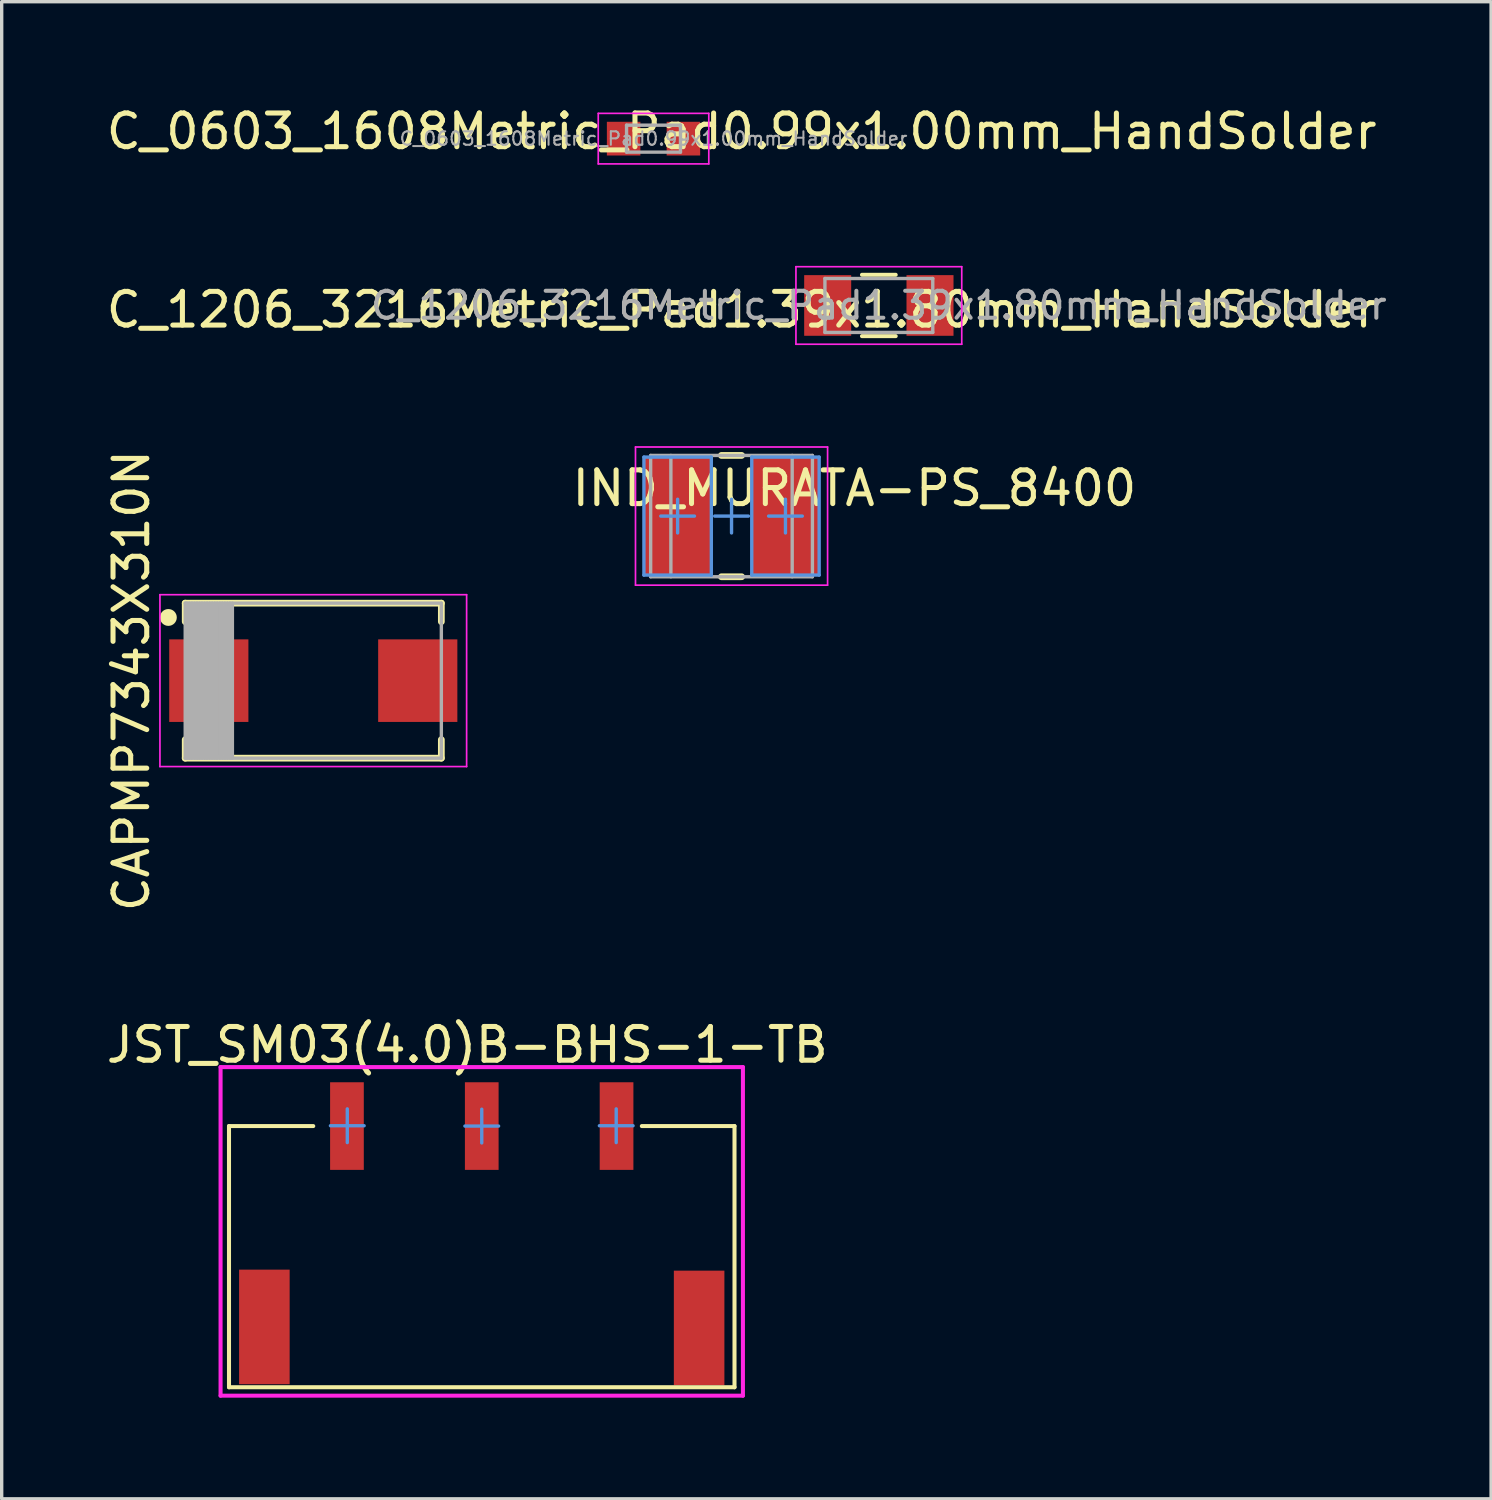
<source format=kicad_pcb>
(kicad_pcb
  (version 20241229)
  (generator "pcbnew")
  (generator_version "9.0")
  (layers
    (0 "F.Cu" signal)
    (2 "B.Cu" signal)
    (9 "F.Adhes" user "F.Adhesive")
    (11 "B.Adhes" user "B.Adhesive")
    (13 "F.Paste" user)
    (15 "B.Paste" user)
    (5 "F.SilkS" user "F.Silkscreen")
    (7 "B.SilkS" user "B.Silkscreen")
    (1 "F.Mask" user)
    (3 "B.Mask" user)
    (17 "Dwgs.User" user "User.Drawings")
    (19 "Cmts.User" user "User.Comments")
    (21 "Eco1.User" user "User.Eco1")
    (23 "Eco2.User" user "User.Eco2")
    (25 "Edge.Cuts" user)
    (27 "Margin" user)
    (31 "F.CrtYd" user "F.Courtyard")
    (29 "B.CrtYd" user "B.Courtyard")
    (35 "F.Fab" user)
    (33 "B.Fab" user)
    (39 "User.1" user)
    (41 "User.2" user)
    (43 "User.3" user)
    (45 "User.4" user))
  (footprint "C_0603_1608Metric_Pad0.99x1.00mm_HandSolder"
    (layer "F.Cu")
    (at 16.342 1.064)
    (property "Reference" "C_0603_1608Metric_Pad0.99x1.00mm_HandSolder" (at 2.616 -0.216 0) (layer "F.SilkS") (effects (font (size 1 1) (thickness 0.15))))
    (attr smd)
    (fp_line (start -1.64 -0.75) (end 1.64 -0.75) (stroke (width 0.05) (type solid)) (layer "F.CrtYd"))
    (fp_line (start -1.64 0.75) (end -1.64 -0.75) (stroke (width 0.05) (type solid)) (layer "F.CrtYd"))
    (fp_line (start 1.64 -0.75) (end 1.64 0.75) (stroke (width 0.05) (type solid)) (layer "F.CrtYd"))
    (fp_line (start 1.64 0.75) (end -1.64 0.75) (stroke (width 0.05) (type solid)) (layer "F.CrtYd"))
    (fp_line (start -0.8 -0.4) (end 0.8 -0.4) (stroke (width 0.1) (type solid)) (layer "F.Fab"))
    (fp_line (start -0.8 0.4) (end -0.8 -0.4) (stroke (width 0.1) (type solid)) (layer "F.Fab"))
    (fp_line (start 0.8 -0.4) (end 0.8 0.4) (stroke (width 0.1) (type solid)) (layer "F.Fab"))
    (fp_line (start 0.8 0.4) (end -0.8 0.4) (stroke (width 0.1) (type solid)) (layer "F.Fab"))
    (fp_text user "${REFERENCE}" (at 0 0 0) (layer "F.Fab") (effects (font (size 0.4 0.4) (thickness 0.06))))
    (pad "1" smd rect (at -0.887 0) (size 0.995 1) (layers "F.Cu" "F.Mask" "F.Paste"))
    (pad "2" smd rect (at 0.887 0) (size 0.995 1) (layers "F.Cu" "F.Mask" "F.Paste")))
  (footprint "CAPMP7343X310N"
    (layer "F.Cu")
    (at 6.246 17.147)
    (property "Reference" "CAPMP7343X310N" (at -5.397 0 90) (layer "F.SilkS") (effects (font (size 1 1) (thickness 0.15))))
    (attr smd)
    (fp_line (start -3.8 -2.3) (end 3.8 -2.3) (stroke (width 0.2) (type solid)) (layer "F.SilkS"))
    (fp_line (start -3.8 -1.75) (end -3.8 -2.3) (stroke (width 0.2) (type solid)) (layer "F.SilkS"))
    (fp_line (start -3.8 2.3) (end -3.8 1.75) (stroke (width 0.2) (type solid)) (layer "F.SilkS"))
    (fp_line (start -3.8 2.3) (end 3.8 2.3) (stroke (width 0.2) (type solid)) (layer "F.SilkS"))
    (fp_line (start 3.8 -1.75) (end 3.8 -2.3) (stroke (width 0.2) (type solid)) (layer "F.SilkS"))
    (fp_line (start 3.8 2.3) (end 3.8 1.75) (stroke (width 0.2) (type solid)) (layer "F.SilkS"))
    (fp_circle (center -4.3 -1.875) (end -4.175 -1.875) (stroke (width 0.25) (type solid)) (fill no) (layer "F.SilkS"))
    (fp_line (start -4.55 -2.55) (end 4.55 -2.55) (stroke (width 0.05) (type solid)) (layer "F.CrtYd"))
    (fp_line (start -4.55 2.55) (end -4.55 -2.55) (stroke (width 0.05) (type solid)) (layer "F.CrtYd"))
    (fp_line (start -4.55 2.55) (end 4.55 2.55) (stroke (width 0.05) (type solid)) (layer "F.CrtYd"))
    (fp_line (start 4.55 2.55) (end 4.55 -2.55) (stroke (width 0.05) (type solid)) (layer "F.CrtYd"))
    (fp_line (start -3.8 -2.3) (end 3.8 -2.3) (stroke (width 0.1) (type solid)) (layer "F.Fab"))
    (fp_line (start -3.8 2.3) (end -3.8 -2.3) (stroke (width 0.1) (type solid)) (layer "F.Fab"))
    (fp_line (start -3.8 2.3) (end 3.8 2.3) (stroke (width 0.1) (type solid)) (layer "F.Fab"))
    (fp_line (start -3.75 2.3) (end -3.75 -2.3) (stroke (width 0.1) (type solid)) (layer "F.Fab"))
    (fp_line (start -3.675 2.3) (end -3.675 -2.3) (stroke (width 0.1) (type solid)) (layer "F.Fab"))
    (fp_line (start -3.6 2.3) (end -3.6 -2.3) (stroke (width 0.1) (type solid)) (layer "F.Fab"))
    (fp_line (start -3.525 2.3) (end -3.525 -2.3) (stroke (width 0.1) (type solid)) (layer "F.Fab"))
    (fp_line (start -3.45 2.3) (end -3.45 -2.3) (stroke (width 0.1) (type solid)) (layer "F.Fab"))
    (fp_line (start -3.375 2.3) (end -3.375 -2.3) (stroke (width 0.1) (type solid)) (layer "F.Fab"))
    (fp_line (start -3.3 2.3) (end -3.3 -2.3) (stroke (width 0.1) (type solid)) (layer "F.Fab"))
    (fp_line (start -3.225 2.3) (end -3.225 -2.3) (stroke (width 0.1) (type solid)) (layer "F.Fab"))
    (fp_line (start -3.15 2.3) (end -3.15 -2.3) (stroke (width 0.1) (type solid)) (layer "F.Fab"))
    (fp_line (start -3.075 2.3) (end -3.075 -2.3) (stroke (width 0.1) (type solid)) (layer "F.Fab"))
    (fp_line (start -3 2.3) (end -3 -2.3) (stroke (width 0.1) (type solid)) (layer "F.Fab"))
    (fp_line (start -2.925 2.3) (end -2.925 -2.3) (stroke (width 0.1) (type solid)) (layer "F.Fab"))
    (fp_line (start -2.85 2.3) (end -2.85 -2.3) (stroke (width 0.1) (type solid)) (layer "F.Fab"))
    (fp_line (start -2.775 2.3) (end -2.775 -2.3) (stroke (width 0.1) (type solid)) (layer "F.Fab"))
    (fp_line (start -2.7 2.3) (end -2.7 -2.3) (stroke (width 0.1) (type solid)) (layer "F.Fab"))
    (fp_line (start -2.625 2.3) (end -2.625 -2.3) (stroke (width 0.1) (type solid)) (layer "F.Fab"))
    (fp_line (start -2.55 2.3) (end -2.55 -2.3) (stroke (width 0.1) (type solid)) (layer "F.Fab"))
    (fp_line (start -2.475 2.3) (end -2.475 -2.3) (stroke (width 0.1) (type solid)) (layer "F.Fab"))
    (fp_line (start -2.4 2.3) (end -2.4 -2.3) (stroke (width 0.1) (type solid)) (layer "F.Fab"))
    (fp_line (start 3.8 2.3) (end 3.8 -2.3) (stroke (width 0.1) (type solid)) (layer "F.Fab"))
    (pad "1" smd rect (at -3.1 0) (size 2.35 2.45) (layers "F.Cu" "F.Mask" "F.Paste"))
    (pad "2" smd rect (at 3.1 0) (size 2.35 2.45) (layers "F.Cu" "F.Mask" "F.Paste")))
  (footprint "C_1206_3216Metric_Pad1.39x1.80mm_HandSolder"
    (layer "F.Cu")
    (at 23.028 6.014)
    (property "Reference" "C_1206_3216Metric_Pad1.39x1.80mm_HandSolder" (at -4.07 0.127 180) (layer "F.SilkS") (effects (font (size 1 1) (thickness 0.15))))
    (attr smd)
    (fp_line (start -0.5 -0.91) (end 0.5 -0.91) (stroke (width 0.12) (type solid)) (layer "F.SilkS"))
    (fp_line (start -0.5 0.91) (end 0.5 0.91) (stroke (width 0.12) (type solid)) (layer "F.SilkS"))
    (fp_line (start -2.46 -1.15) (end 2.46 -1.15) (stroke (width 0.05) (type solid)) (layer "F.CrtYd"))
    (fp_line (start -2.46 1.15) (end -2.46 -1.15) (stroke (width 0.05) (type solid)) (layer "F.CrtYd"))
    (fp_line (start 2.46 -1.15) (end 2.46 1.15) (stroke (width 0.05) (type solid)) (layer "F.CrtYd"))
    (fp_line (start 2.46 1.15) (end -2.46 1.15) (stroke (width 0.05) (type solid)) (layer "F.CrtYd"))
    (fp_line (start -1.6 -0.8) (end 1.6 -0.8) (stroke (width 0.1) (type solid)) (layer "F.Fab"))
    (fp_line (start -1.6 0.8) (end -1.6 -0.8) (stroke (width 0.1) (type solid)) (layer "F.Fab"))
    (fp_line (start 1.6 -0.8) (end 1.6 0.8) (stroke (width 0.1) (type solid)) (layer "F.Fab"))
    (fp_line (start 1.6 0.8) (end -1.6 0.8) (stroke (width 0.1) (type solid)) (layer "F.Fab"))
    (fp_text user "${REFERENCE}" (at 0 0 180) (layer "F.Fab") (effects (font (size 0.8 0.8) (thickness 0.12))))
    (pad "1" smd rect (at -1.518 0) (size 1.395 1.8) (layers "F.Cu" "F.Mask" "F.Paste"))
    (pad "2" smd rect (at 1.518 0) (size 1.395 1.8) (layers "F.Cu" "F.Mask" "F.Paste")))
  (footprint "JST_SM03(4.0)B-BHS-1-TB"
    (layer "F.Cu")
    (at 11.245 30.364)
    (property "Reference" "JST_SM03(4.0)B-BHS-1-TB" (at -0.43 -2.41 0) (layer "F.SilkS") (effects (font (size 1 1) (thickness 0.15))))
    (attr through_hole)
    (fp_line (start -7.5 0) (end -7.5 7.75) (stroke (width 0.12) (type solid)) (layer "F.SilkS"))
    (fp_line (start -7.5 7.75) (end 7.5 7.75) (stroke (width 0.12) (type solid)) (layer "F.SilkS"))
    (fp_line (start -5 0) (end -7.5 0) (stroke (width 0.12) (type solid)) (layer "F.SilkS"))
    (fp_line (start 7.5 0) (end 4.75 0) (stroke (width 0.12) (type solid)) (layer "F.SilkS"))
    (fp_line (start 7.5 7.75) (end 7.5 0) (stroke (width 0.12) (type solid)) (layer "F.SilkS"))
    (fp_line (start -4.49 -0.01) (end -3.99 -0.01) (stroke (width 0.1) (type solid)) (layer "Cmts.User"))
    (fp_line (start -3.99 -0.01) (end -3.99 -0.51) (stroke (width 0.1) (type solid)) (layer "Cmts.User"))
    (fp_line (start -3.99 -0.01) (end -3.49 -0.01) (stroke (width 0.1) (type solid)) (layer "Cmts.User"))
    (fp_line (start -3.99 0.49) (end -3.99 -0.01) (stroke (width 0.1) (type solid)) (layer "Cmts.User"))
    (fp_line (start -0.5 0) (end 0 0) (stroke (width 0.1) (type solid)) (layer "Cmts.User"))
    (fp_line (start 0 0) (end 0 -0.5) (stroke (width 0.1) (type solid)) (layer "Cmts.User"))
    (fp_line (start 0 0) (end 0.5 0) (stroke (width 0.1) (type solid)) (layer "Cmts.User"))
    (fp_line (start 0 0.5) (end 0 0) (stroke (width 0.1) (type solid)) (layer "Cmts.User"))
    (fp_line (start 3.49 -0.01) (end 3.99 -0.01) (stroke (width 0.1) (type solid)) (layer "Cmts.User"))
    (fp_line (start 3.99 -0.01) (end 3.99 -0.51) (stroke (width 0.1) (type solid)) (layer "Cmts.User"))
    (fp_line (start 3.99 -0.01) (end 4.49 -0.01) (stroke (width 0.1) (type solid)) (layer "Cmts.User"))
    (fp_line (start 3.99 0.49) (end 3.99 -0.01) (stroke (width 0.1) (type solid)) (layer "Cmts.User"))
    (fp_line (start -7.75 -1.75) (end -7.75 8) (stroke (width 0.12) (type solid)) (layer "F.CrtYd"))
    (fp_line (start -7.75 8) (end 7.75 8) (stroke (width 0.12) (type solid)) (layer "F.CrtYd"))
    (fp_line (start 7.75 -1.75) (end -7.75 -1.75) (stroke (width 0.12) (type solid)) (layer "F.CrtYd"))
    (fp_line (start 7.75 8) (end 7.75 -1.75) (stroke (width 0.12) (type solid)) (layer "F.CrtYd"))
    (pad "1" smd rect (at -4 0) (size 1 2.6) (layers "F.Cu" "F.Mask" "F.Paste"))
    (pad "2" smd rect (at 0 0) (size 1 2.6) (layers "F.Cu" "F.Mask" "F.Paste"))
    (pad "3" smd rect (at 4 0) (size 1 2.6) (layers "F.Cu" "F.Mask" "F.Paste"))
    (pad "4" smd rect (at -6.45 5.96) (size 1.5 3.4) (layers "F.Cu" "F.Mask" "F.Paste"))
    (pad "5" smd rect (at 6.45 5.99) (size 1.5 3.4) (layers "F.Cu" "F.Mask" "F.Paste")))
  (footprint "IND_MURATA-PS_8400"
    (layer "F.Cu")
    (at 18.657 12.264)
    (property "Reference" "IND_MURATA-PS_8400" (at 3.646 -0.826 180) (layer "F.SilkS") (effects (font (size 1 1) (thickness 0.15))))
    (attr smd)
    (fp_line (start -0.3 -1.8) (end 0.3 -1.8) (stroke (width 0.2) (type solid)) (layer "F.SilkS"))
    (fp_line (start -0.3 1.8) (end 0.3 1.8) (stroke (width 0.2) (type solid)) (layer "F.SilkS"))
    (fp_line (start -2.6 -1.75) (end -0.6 -1.75) (stroke (width 0.1) (type solid)) (layer "Cmts.User"))
    (fp_line (start -2.6 1.75) (end -2.6 -1.75) (stroke (width 0.1) (type solid)) (layer "Cmts.User"))
    (fp_line (start -2.6 1.75) (end -0.6 1.75) (stroke (width 0.1) (type solid)) (layer "Cmts.User"))
    (fp_line (start -2.1 0) (end -1.6 0) (stroke (width 0.1) (type solid)) (layer "Cmts.User"))
    (fp_line (start -1.6 0) (end -1.6 -0.5) (stroke (width 0.1) (type solid)) (layer "Cmts.User"))
    (fp_line (start -1.6 0) (end -1.1 0) (stroke (width 0.1) (type solid)) (layer "Cmts.User"))
    (fp_line (start -1.6 0.5) (end -1.6 0) (stroke (width 0.1) (type solid)) (layer "Cmts.User"))
    (fp_line (start -0.6 1.75) (end -0.6 -1.75) (stroke (width 0.1) (type solid)) (layer "Cmts.User"))
    (fp_line (start -0.5 0) (end 0 0) (stroke (width 0.1) (type solid)) (layer "Cmts.User"))
    (fp_line (start 0 0) (end 0 -0.5) (stroke (width 0.1) (type solid)) (layer "Cmts.User"))
    (fp_line (start 0 0) (end 0.5 0) (stroke (width 0.1) (type solid)) (layer "Cmts.User"))
    (fp_line (start 0 0.5) (end 0 0) (stroke (width 0.1) (type solid)) (layer "Cmts.User"))
    (fp_line (start 0.6 -1.75) (end 2.6 -1.75) (stroke (width 0.1) (type solid)) (layer "Cmts.User"))
    (fp_line (start 0.6 1.75) (end 0.6 -1.75) (stroke (width 0.1) (type solid)) (layer "Cmts.User"))
    (fp_line (start 0.6 1.75) (end 2.6 1.75) (stroke (width 0.1) (type solid)) (layer "Cmts.User"))
    (fp_line (start 1.1 0) (end 1.6 0) (stroke (width 0.1) (type solid)) (layer "Cmts.User"))
    (fp_line (start 1.6 0) (end 1.6 -0.5) (stroke (width 0.1) (type solid)) (layer "Cmts.User"))
    (fp_line (start 1.6 0) (end 2.1 0) (stroke (width 0.1) (type solid)) (layer "Cmts.User"))
    (fp_line (start 1.6 0.5) (end 1.6 0) (stroke (width 0.1) (type solid)) (layer "Cmts.User"))
    (fp_line (start 2.6 1.75) (end 2.6 -1.75) (stroke (width 0.1) (type solid)) (layer "Cmts.User"))
    (fp_line (start -2.85 -2.05) (end 2.85 -2.05) (stroke (width 0.05) (type solid)) (layer "F.CrtYd"))
    (fp_line (start -2.85 2.05) (end -2.85 -2.05) (stroke (width 0.05) (type solid)) (layer "F.CrtYd"))
    (fp_line (start -2.85 2.05) (end 2.85 2.05) (stroke (width 0.05) (type solid)) (layer "F.CrtYd"))
    (fp_line (start 2.85 2.05) (end 2.85 -2.05) (stroke (width 0.05) (type solid)) (layer "F.CrtYd"))
    (fp_line (start -2.4 -1.8) (end 2.4 -1.8) (stroke (width 0.1) (type solid)) (layer "F.Fab"))
    (fp_line (start -2.4 1.8) (end -2.4 -1.8) (stroke (width 0.1) (type solid)) (layer "F.Fab"))
    (fp_line (start -2.4 1.8) (end 2.4 1.8) (stroke (width 0.1) (type solid)) (layer "F.Fab"))
    (fp_line (start -1.8 1.8) (end -1.8 -1.8) (stroke (width 0.1) (type solid)) (layer "F.Fab"))
    (fp_line (start 1.8 1.8) (end 1.8 -1.8) (stroke (width 0.1) (type solid)) (layer "F.Fab"))
    (fp_line (start 2.4 1.8) (end 2.4 -1.8) (stroke (width 0.1) (type solid)) (layer "F.Fab"))
    (pad "1" smd rect (at -1.6 0) (size 2 3.5) (layers "F.Cu" "F.Mask" "F.Paste"))
    (pad "2" smd rect (at 1.6 0) (size 2 3.5) (layers "F.Cu" "F.Mask" "F.Paste")))
  (gr_rect
    (start -3 -3)
    (end 41.195 41.424)
    (stroke (width 0.1) (type default))
    (fill no)
    (layer "Edge.Cuts")))
</source>
